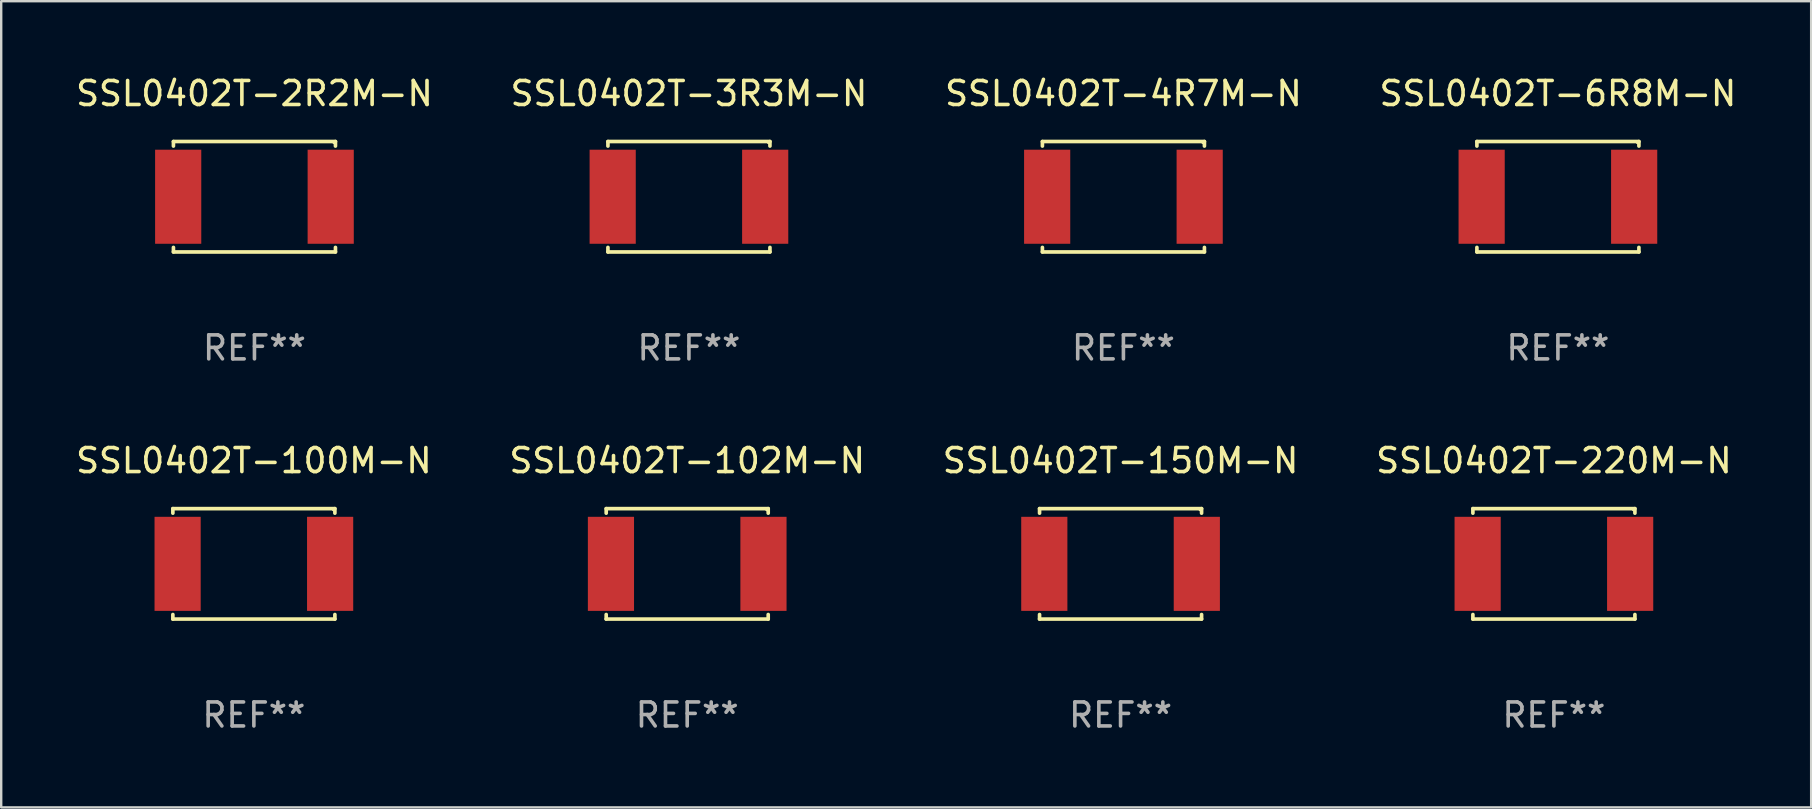
<source format=kicad_pcb>
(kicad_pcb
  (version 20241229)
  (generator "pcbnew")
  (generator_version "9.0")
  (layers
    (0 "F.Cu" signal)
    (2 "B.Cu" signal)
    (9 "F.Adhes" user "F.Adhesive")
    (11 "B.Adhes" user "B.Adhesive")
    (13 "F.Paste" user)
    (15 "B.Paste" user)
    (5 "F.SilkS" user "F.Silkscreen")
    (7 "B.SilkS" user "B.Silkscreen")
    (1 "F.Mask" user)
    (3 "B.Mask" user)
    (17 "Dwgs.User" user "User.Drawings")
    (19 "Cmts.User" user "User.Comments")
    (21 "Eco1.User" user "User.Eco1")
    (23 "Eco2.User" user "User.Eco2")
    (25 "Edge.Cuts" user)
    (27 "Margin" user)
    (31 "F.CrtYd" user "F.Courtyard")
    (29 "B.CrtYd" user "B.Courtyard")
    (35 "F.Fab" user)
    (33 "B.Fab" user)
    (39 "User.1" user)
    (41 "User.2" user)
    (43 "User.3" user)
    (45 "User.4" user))
  (footprint "SSL0402T-6R8M-N"
    (layer "F.Cu")
    (at 61.875 5.149)
    (property "Reference" "SSL0402T-6R8M-N" (at 0 -4.301 0) (layer "F.SilkS") (effects (font (size 1 1) (thickness 0.15))))
    (attr through_hole)
    (fp_line (start -3.376 -2.301) (end 3.376 -2.301) (stroke (width 0.152) (type solid)) (layer "F.SilkS"))
    (fp_line (start -3.376 -2.112) (end -3.376 -2.301) (stroke (width 0.152) (type solid)) (layer "F.SilkS"))
    (fp_line (start -3.376 2.112) (end -3.376 2.301) (stroke (width 0.152) (type solid)) (layer "F.SilkS"))
    (fp_line (start -3.376 2.301) (end 3.376 2.301) (stroke (width 0.152) (type solid)) (layer "F.SilkS"))
    (fp_line (start 3.376 -2.301) (end 3.376 -2.112) (stroke (width 0.152) (type solid)) (layer "F.SilkS"))
    (fp_line (start 3.376 2.301) (end 3.376 2.112) (stroke (width 0.152) (type solid)) (layer "F.SilkS"))
    (fp_circle (center 3.31 -2.25) (end 3.34 -2.25) (stroke (width 0.06) (type solid)) (fill no) (layer "F.SilkS"))
    (fp_text user "REF**" (at 0 6.301 0) (layer "F.Fab") (effects (font (size 1 1) (thickness 0.15))))
    (pad "1" smd rect (at 3.178 0) (size 1.924 3.92) (layers "F.Cu" "F.Mask" "F.Paste"))
    (pad "2" smd rect (at -3.178 0) (size 1.924 3.92) (layers "F.Cu" "F.Mask" "F.Paste")))
  (footprint "SSL0402T-100M-N"
    (layer "F.Cu")
    (at 7.53 20.448)
    (property "Reference" "SSL0402T-100M-N" (at 0 -4.301 0) (layer "F.SilkS") (effects (font (size 1 1) (thickness 0.15))))
    (attr through_hole)
    (fp_line (start -3.376 -2.301) (end 3.376 -2.301) (stroke (width 0.152) (type solid)) (layer "F.SilkS"))
    (fp_line (start -3.376 -2.112) (end -3.376 -2.301) (stroke (width 0.152) (type solid)) (layer "F.SilkS"))
    (fp_line (start -3.376 2.112) (end -3.376 2.301) (stroke (width 0.152) (type solid)) (layer "F.SilkS"))
    (fp_line (start -3.376 2.301) (end 3.376 2.301) (stroke (width 0.152) (type solid)) (layer "F.SilkS"))
    (fp_line (start 3.376 -2.301) (end 3.376 -2.112) (stroke (width 0.152) (type solid)) (layer "F.SilkS"))
    (fp_line (start 3.376 2.301) (end 3.376 2.112) (stroke (width 0.152) (type solid)) (layer "F.SilkS"))
    (fp_circle (center 3.31 -2.25) (end 3.34 -2.25) (stroke (width 0.06) (type solid)) (fill no) (layer "F.SilkS"))
    (fp_text user "REF**" (at 0 6.301 0) (layer "F.Fab") (effects (font (size 1 1) (thickness 0.15))))
    (pad "1" smd rect (at 3.178 0) (size 1.924 3.92) (layers "F.Cu" "F.Mask" "F.Paste"))
    (pad "2" smd rect (at -3.178 0) (size 1.924 3.92) (layers "F.Cu" "F.Mask" "F.Paste")))
  (footprint "SSL0402T-2R2M-N"
    (layer "F.Cu")
    (at 7.554 5.149)
    (property "Reference" "SSL0402T-2R2M-N" (at 0 -4.301 0) (layer "F.SilkS") (effects (font (size 1 1) (thickness 0.15))))
    (attr through_hole)
    (fp_line (start -3.376 -2.301) (end 3.376 -2.301) (stroke (width 0.152) (type solid)) (layer "F.SilkS"))
    (fp_line (start -3.376 -2.112) (end -3.376 -2.301) (stroke (width 0.152) (type solid)) (layer "F.SilkS"))
    (fp_line (start -3.376 2.112) (end -3.376 2.301) (stroke (width 0.152) (type solid)) (layer "F.SilkS"))
    (fp_line (start -3.376 2.301) (end 3.376 2.301) (stroke (width 0.152) (type solid)) (layer "F.SilkS"))
    (fp_line (start 3.376 -2.301) (end 3.376 -2.112) (stroke (width 0.152) (type solid)) (layer "F.SilkS"))
    (fp_line (start 3.376 2.301) (end 3.376 2.112) (stroke (width 0.152) (type solid)) (layer "F.SilkS"))
    (fp_circle (center 3.31 -2.25) (end 3.34 -2.25) (stroke (width 0.06) (type solid)) (fill no) (layer "F.SilkS"))
    (fp_text user "REF**" (at 0 6.301 0) (layer "F.Fab") (effects (font (size 1 1) (thickness 0.15))))
    (pad "1" smd rect (at 3.178 0) (size 1.924 3.92) (layers "F.Cu" "F.Mask" "F.Paste"))
    (pad "2" smd rect (at -3.178 0) (size 1.924 3.92) (layers "F.Cu" "F.Mask" "F.Paste")))
  (footprint "SSL0402T-220M-N"
    (layer "F.Cu")
    (at 61.708 20.448)
    (property "Reference" "SSL0402T-220M-N" (at 0 -4.301 0) (layer "F.SilkS") (effects (font (size 1 1) (thickness 0.15))))
    (attr through_hole)
    (fp_line (start -3.376 -2.301) (end 3.376 -2.301) (stroke (width 0.152) (type solid)) (layer "F.SilkS"))
    (fp_line (start -3.376 -2.112) (end -3.376 -2.301) (stroke (width 0.152) (type solid)) (layer "F.SilkS"))
    (fp_line (start -3.376 2.112) (end -3.376 2.301) (stroke (width 0.152) (type solid)) (layer "F.SilkS"))
    (fp_line (start -3.376 2.301) (end 3.376 2.301) (stroke (width 0.152) (type solid)) (layer "F.SilkS"))
    (fp_line (start 3.376 -2.301) (end 3.376 -2.112) (stroke (width 0.152) (type solid)) (layer "F.SilkS"))
    (fp_line (start 3.376 2.301) (end 3.376 2.112) (stroke (width 0.152) (type solid)) (layer "F.SilkS"))
    (fp_circle (center 3.31 -2.25) (end 3.34 -2.25) (stroke (width 0.06) (type solid)) (fill no) (layer "F.SilkS"))
    (fp_text user "REF**" (at 0 6.301 0) (layer "F.Fab") (effects (font (size 1 1) (thickness 0.15))))
    (pad "1" smd rect (at 3.178 0) (size 1.924 3.92) (layers "F.Cu" "F.Mask" "F.Paste"))
    (pad "2" smd rect (at -3.178 0) (size 1.924 3.92) (layers "F.Cu" "F.Mask" "F.Paste")))
  (footprint "SSL0402T-150M-N"
    (layer "F.Cu")
    (at 43.649 20.448)
    (property "Reference" "SSL0402T-150M-N" (at 0 -4.301 0) (layer "F.SilkS") (effects (font (size 1 1) (thickness 0.15))))
    (attr through_hole)
    (fp_line (start -3.376 -2.301) (end 3.376 -2.301) (stroke (width 0.152) (type solid)) (layer "F.SilkS"))
    (fp_line (start -3.376 -2.112) (end -3.376 -2.301) (stroke (width 0.152) (type solid)) (layer "F.SilkS"))
    (fp_line (start -3.376 2.112) (end -3.376 2.301) (stroke (width 0.152) (type solid)) (layer "F.SilkS"))
    (fp_line (start -3.376 2.301) (end 3.376 2.301) (stroke (width 0.152) (type solid)) (layer "F.SilkS"))
    (fp_line (start 3.376 -2.301) (end 3.376 -2.112) (stroke (width 0.152) (type solid)) (layer "F.SilkS"))
    (fp_line (start 3.376 2.301) (end 3.376 2.112) (stroke (width 0.152) (type solid)) (layer "F.SilkS"))
    (fp_circle (center 3.31 -2.25) (end 3.34 -2.25) (stroke (width 0.06) (type solid)) (fill no) (layer "F.SilkS"))
    (fp_text user "REF**" (at 0 6.301 0) (layer "F.Fab") (effects (font (size 1 1) (thickness 0.15))))
    (pad "1" smd rect (at 3.178 0) (size 1.924 3.92) (layers "F.Cu" "F.Mask" "F.Paste"))
    (pad "2" smd rect (at -3.178 0) (size 1.924 3.92) (layers "F.Cu" "F.Mask" "F.Paste")))
  (footprint "SSL0402T-102M-N"
    (layer "F.Cu")
    (at 25.589 20.448)
    (property "Reference" "SSL0402T-102M-N" (at 0 -4.301 0) (layer "F.SilkS") (effects (font (size 1 1) (thickness 0.15))))
    (attr through_hole)
    (fp_line (start -3.376 -2.301) (end 3.376 -2.301) (stroke (width 0.152) (type solid)) (layer "F.SilkS"))
    (fp_line (start -3.376 -2.112) (end -3.376 -2.301) (stroke (width 0.152) (type solid)) (layer "F.SilkS"))
    (fp_line (start -3.376 2.112) (end -3.376 2.301) (stroke (width 0.152) (type solid)) (layer "F.SilkS"))
    (fp_line (start -3.376 2.301) (end 3.376 2.301) (stroke (width 0.152) (type solid)) (layer "F.SilkS"))
    (fp_line (start 3.376 -2.301) (end 3.376 -2.112) (stroke (width 0.152) (type solid)) (layer "F.SilkS"))
    (fp_line (start 3.376 2.301) (end 3.376 2.112) (stroke (width 0.152) (type solid)) (layer "F.SilkS"))
    (fp_circle (center 3.31 -2.25) (end 3.34 -2.25) (stroke (width 0.06) (type solid)) (fill no) (layer "F.SilkS"))
    (fp_text user "REF**" (at 0 6.301 0) (layer "F.Fab") (effects (font (size 1 1) (thickness 0.15))))
    (pad "1" smd rect (at 3.178 0) (size 1.924 3.92) (layers "F.Cu" "F.Mask" "F.Paste"))
    (pad "2" smd rect (at -3.178 0) (size 1.924 3.92) (layers "F.Cu" "F.Mask" "F.Paste")))
  (footprint "SSL0402T-4R7M-N"
    (layer "F.Cu")
    (at 43.768 5.149)
    (property "Reference" "SSL0402T-4R7M-N" (at 0 -4.301 0) (layer "F.SilkS") (effects (font (size 1 1) (thickness 0.15))))
    (attr through_hole)
    (fp_line (start -3.376 -2.301) (end 3.376 -2.301) (stroke (width 0.152) (type solid)) (layer "F.SilkS"))
    (fp_line (start -3.376 -2.112) (end -3.376 -2.301) (stroke (width 0.152) (type solid)) (layer "F.SilkS"))
    (fp_line (start -3.376 2.112) (end -3.376 2.301) (stroke (width 0.152) (type solid)) (layer "F.SilkS"))
    (fp_line (start -3.376 2.301) (end 3.376 2.301) (stroke (width 0.152) (type solid)) (layer "F.SilkS"))
    (fp_line (start 3.376 -2.301) (end 3.376 -2.112) (stroke (width 0.152) (type solid)) (layer "F.SilkS"))
    (fp_line (start 3.376 2.301) (end 3.376 2.112) (stroke (width 0.152) (type solid)) (layer "F.SilkS"))
    (fp_circle (center 3.31 -2.25) (end 3.34 -2.25) (stroke (width 0.06) (type solid)) (fill no) (layer "F.SilkS"))
    (fp_text user "REF**" (at 0 6.301 0) (layer "F.Fab") (effects (font (size 1 1) (thickness 0.15))))
    (pad "1" smd rect (at 3.178 0) (size 1.924 3.92) (layers "F.Cu" "F.Mask" "F.Paste"))
    (pad "2" smd rect (at -3.178 0) (size 1.924 3.92) (layers "F.Cu" "F.Mask" "F.Paste")))
  (footprint "SSL0402T-3R3M-N"
    (layer "F.Cu")
    (at 25.661 5.149)
    (property "Reference" "SSL0402T-3R3M-N" (at 0 -4.301 0) (layer "F.SilkS") (effects (font (size 1 1) (thickness 0.15))))
    (attr through_hole)
    (fp_line (start -3.376 -2.301) (end 3.376 -2.301) (stroke (width 0.152) (type solid)) (layer "F.SilkS"))
    (fp_line (start -3.376 -2.112) (end -3.376 -2.301) (stroke (width 0.152) (type solid)) (layer "F.SilkS"))
    (fp_line (start -3.376 2.112) (end -3.376 2.301) (stroke (width 0.152) (type solid)) (layer "F.SilkS"))
    (fp_line (start -3.376 2.301) (end 3.376 2.301) (stroke (width 0.152) (type solid)) (layer "F.SilkS"))
    (fp_line (start 3.376 -2.301) (end 3.376 -2.112) (stroke (width 0.152) (type solid)) (layer "F.SilkS"))
    (fp_line (start 3.376 2.301) (end 3.376 2.112) (stroke (width 0.152) (type solid)) (layer "F.SilkS"))
    (fp_circle (center 3.31 -2.25) (end 3.34 -2.25) (stroke (width 0.06) (type solid)) (fill no) (layer "F.SilkS"))
    (fp_text user "REF**" (at 0 6.301 0) (layer "F.Fab") (effects (font (size 1 1) (thickness 0.15))))
    (pad "1" smd rect (at 3.178 0) (size 1.924 3.92) (layers "F.Cu" "F.Mask" "F.Paste"))
    (pad "2" smd rect (at -3.178 0) (size 1.924 3.92) (layers "F.Cu" "F.Mask" "F.Paste")))
  (gr_rect
    (start -3 -3)
    (end 72.429 30.598)
    (stroke (width 0.1) (type default))
    (fill no)
    (layer "Edge.Cuts")))
</source>
